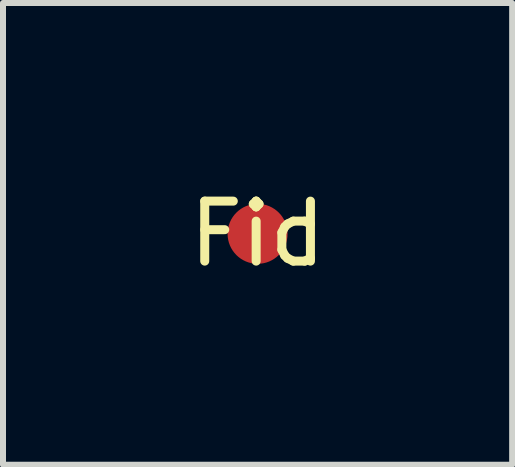
<source format=kicad_pcb>
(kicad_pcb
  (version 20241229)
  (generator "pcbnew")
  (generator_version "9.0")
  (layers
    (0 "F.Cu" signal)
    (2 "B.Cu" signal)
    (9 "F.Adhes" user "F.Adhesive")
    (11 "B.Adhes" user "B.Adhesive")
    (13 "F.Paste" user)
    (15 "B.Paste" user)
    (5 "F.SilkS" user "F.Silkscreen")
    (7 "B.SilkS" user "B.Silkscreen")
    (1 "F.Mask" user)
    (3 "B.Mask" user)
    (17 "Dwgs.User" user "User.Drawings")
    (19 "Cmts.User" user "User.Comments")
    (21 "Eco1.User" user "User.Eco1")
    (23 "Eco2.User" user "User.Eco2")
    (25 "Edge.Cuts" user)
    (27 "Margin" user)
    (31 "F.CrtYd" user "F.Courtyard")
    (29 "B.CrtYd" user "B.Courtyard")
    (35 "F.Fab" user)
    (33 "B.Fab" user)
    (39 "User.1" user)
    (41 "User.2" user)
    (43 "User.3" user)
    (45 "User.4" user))
  (footprint "Fid"
    (layer "F.Cu")
    (at 1.244 0.848)
    (property "Reference" "Fid" (at 0 0 0) (layer "F.SilkS") (effects (font (size 1 1) (thickness 0.15))))
    (attr through_hole)
    (pad "1" smd circle (at 0 0) (size 1 1) (layers "F.Cu" "F.Mask" "F.Paste")))
  (gr_rect
    (start -3 -3)
    (end 5.488 4.697)
    (stroke (width 0.1) (type default))
    (fill no)
    (layer "Edge.Cuts")))
</source>
